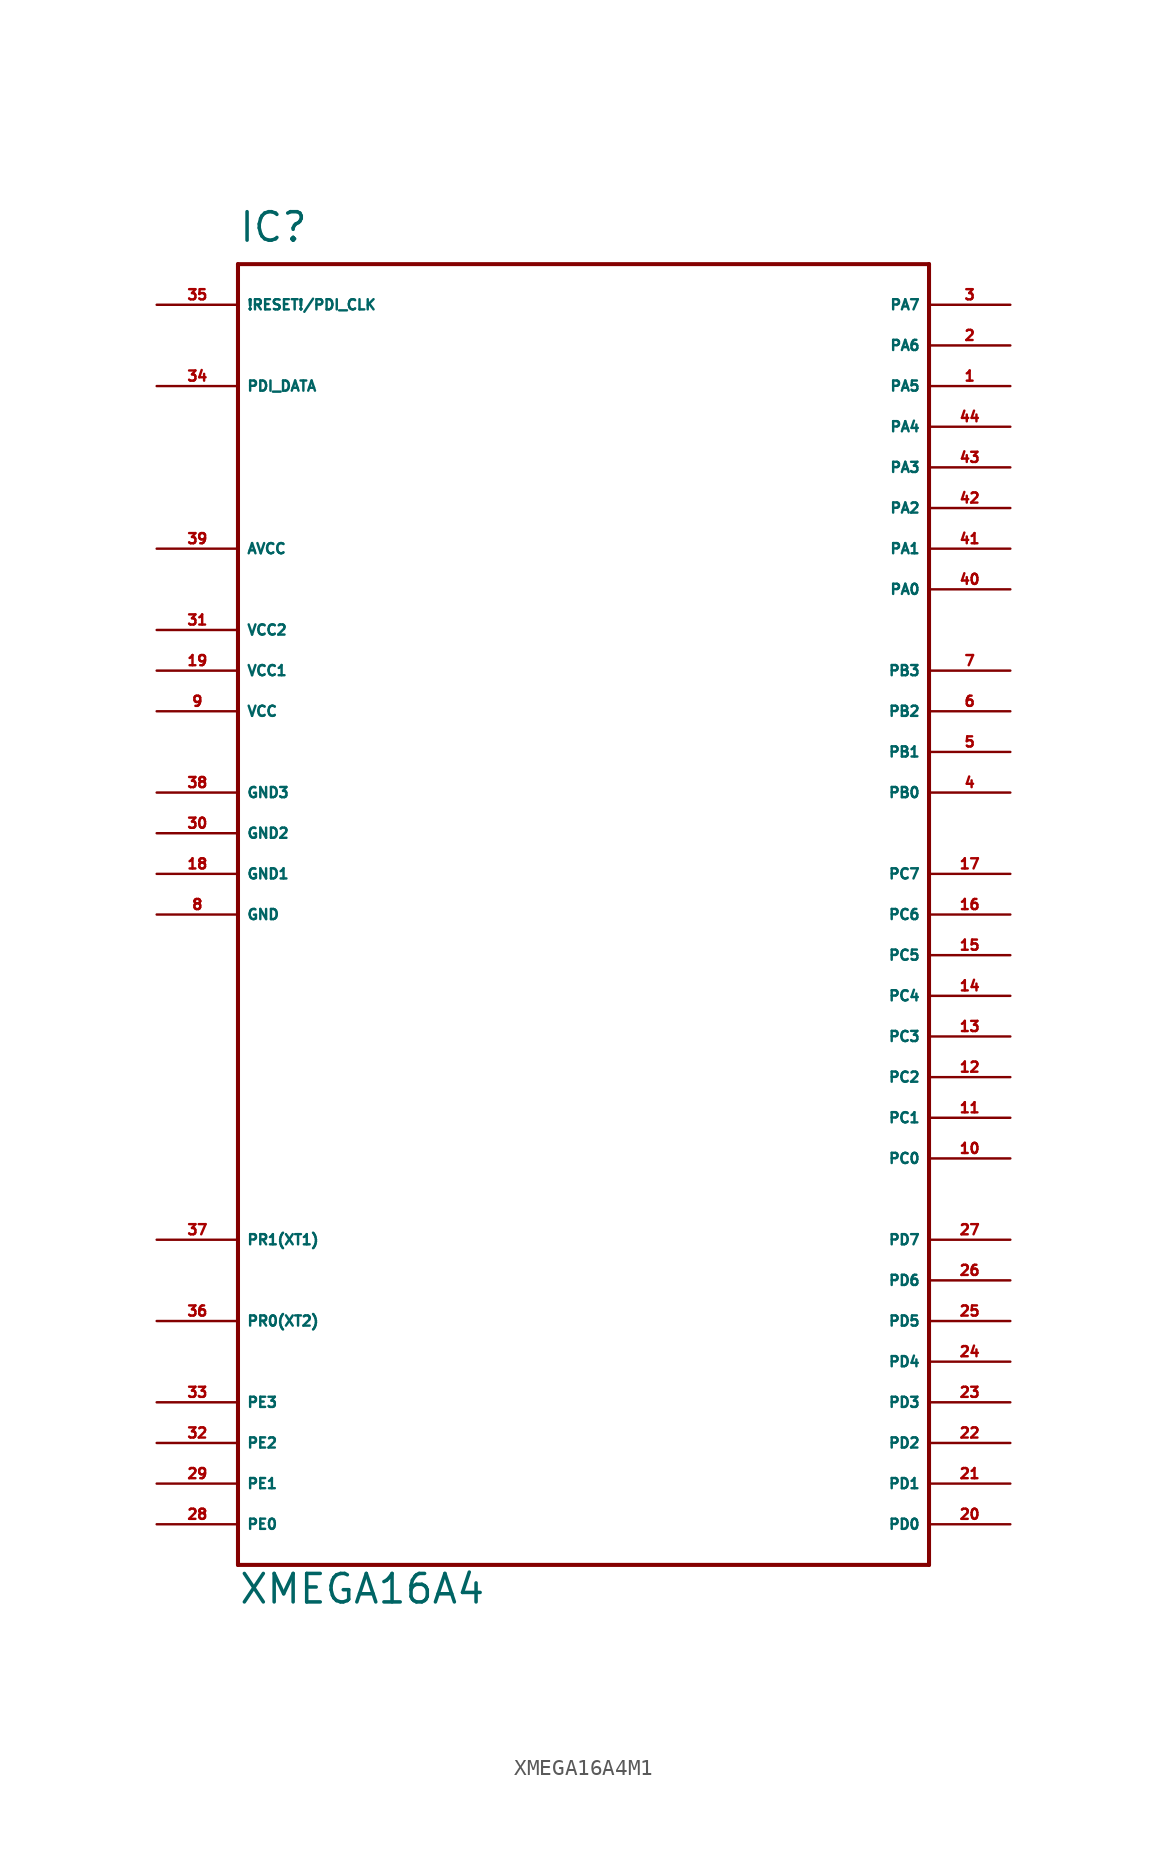
<source format=kicad_sym>
(kicad_symbol_lib
  (version 20220914)
  (generator Eagle2Kicad)
  (symbol "XMEGA16A4M1"
    (property "Reference" "IC"
      (at -20.32 41.91 0)
      (effects (font (size 1.778 1.778) (thickness 0.22)) (justify left bottom)))
    (property "Value" "XMEGA16A4"
      (at -20.32 -43.18 0)
      (effects (font (size 1.778 1.778) (thickness 0.22)) (justify left bottom)))
    (polyline
      (pts (xy -20.32 40.64) (xy 22.86 40.64))
      (stroke (width 0.254) (type default))
      (fill (type none)))
    (polyline
      (pts (xy 22.86 40.64) (xy 22.86 -40.64))
      (stroke (width 0.254) (type default))
      (fill (type none)))
    (polyline
      (pts (xy 22.86 -40.64) (xy -20.32 -40.64))
      (stroke (width 0.254) (type default))
      (fill (type none)))
    (polyline
      (pts (xy -20.32 -40.64) (xy -20.32 40.64))
      (stroke (width 0.254) (type default))
      (fill (type none)))
    (pin bidirectional line
      (at -25.4 -38.1 0)
      (length 5.08)
      (name "PE0" (effects (font (size 0.635 0.635) (thickness 0.08)) (justify left bottom)))
      (number "28" (effects (font (size 0.635 0.635) (thickness 0.08)) (justify left bottom))))
    (pin bidirectional line
      (at -25.4 -35.56 0)
      (length 5.08)
      (name "PE1" (effects (font (size 0.635 0.635) (thickness 0.08)) (justify left bottom)))
      (number "29" (effects (font (size 0.635 0.635) (thickness 0.08)) (justify left bottom))))
    (pin bidirectional line
      (at -25.4 -33.02 0)
      (length 5.08)
      (name "PE2" (effects (font (size 0.635 0.635) (thickness 0.08)) (justify left bottom)))
      (number "32" (effects (font (size 0.635 0.635) (thickness 0.08)) (justify left bottom))))
    (pin bidirectional line
      (at -25.4 -30.48 0)
      (length 5.08)
      (name "PE3" (effects (font (size 0.635 0.635) (thickness 0.08)) (justify left bottom)))
      (number "33" (effects (font (size 0.635 0.635) (thickness 0.08)) (justify left bottom))))
    (pin bidirectional line
      (at 27.94 -20.32 180)
      (length 5.08)
      (name "PD7" (effects (font (size 0.635 0.635) (thickness 0.08)) (justify left bottom)))
      (number "27" (effects (font (size 0.635 0.635) (thickness 0.08)) (justify left bottom))))
    (pin bidirectional line
      (at 27.94 -22.86 180)
      (length 5.08)
      (name "PD6" (effects (font (size 0.635 0.635) (thickness 0.08)) (justify left bottom)))
      (number "26" (effects (font (size 0.635 0.635) (thickness 0.08)) (justify left bottom))))
    (pin bidirectional line
      (at 27.94 -25.4 180)
      (length 5.08)
      (name "PD5" (effects (font (size 0.635 0.635) (thickness 0.08)) (justify left bottom)))
      (number "25" (effects (font (size 0.635 0.635) (thickness 0.08)) (justify left bottom))))
    (pin bidirectional line
      (at 27.94 -27.94 180)
      (length 5.08)
      (name "PD4" (effects (font (size 0.635 0.635) (thickness 0.08)) (justify left bottom)))
      (number "24" (effects (font (size 0.635 0.635) (thickness 0.08)) (justify left bottom))))
    (pin bidirectional line
      (at 27.94 -30.48 180)
      (length 5.08)
      (name "PD3" (effects (font (size 0.635 0.635) (thickness 0.08)) (justify left bottom)))
      (number "23" (effects (font (size 0.635 0.635) (thickness 0.08)) (justify left bottom))))
    (pin bidirectional line
      (at 27.94 -33.02 180)
      (length 5.08)
      (name "PD2" (effects (font (size 0.635 0.635) (thickness 0.08)) (justify left bottom)))
      (number "22" (effects (font (size 0.635 0.635) (thickness 0.08)) (justify left bottom))))
    (pin bidirectional line
      (at 27.94 -35.56 180)
      (length 5.08)
      (name "PD1" (effects (font (size 0.635 0.635) (thickness 0.08)) (justify left bottom)))
      (number "21" (effects (font (size 0.635 0.635) (thickness 0.08)) (justify left bottom))))
    (pin bidirectional line
      (at 27.94 -38.1 180)
      (length 5.08)
      (name "PD0" (effects (font (size 0.635 0.635) (thickness 0.08)) (justify left bottom)))
      (number "20" (effects (font (size 0.635 0.635) (thickness 0.08)) (justify left bottom))))
    (pin bidirectional line
      (at 27.94 2.54 180)
      (length 5.08)
      (name "PC7" (effects (font (size 0.635 0.635) (thickness 0.08)) (justify left bottom)))
      (number "17" (effects (font (size 0.635 0.635) (thickness 0.08)) (justify left bottom))))
    (pin bidirectional line
      (at 27.94 0 180)
      (length 5.08)
      (name "PC6" (effects (font (size 0.635 0.635) (thickness 0.08)) (justify left bottom)))
      (number "16" (effects (font (size 0.635 0.635) (thickness 0.08)) (justify left bottom))))
    (pin bidirectional line
      (at 27.94 -2.54 180)
      (length 5.08)
      (name "PC5" (effects (font (size 0.635 0.635) (thickness 0.08)) (justify left bottom)))
      (number "15" (effects (font (size 0.635 0.635) (thickness 0.08)) (justify left bottom))))
    (pin bidirectional line
      (at 27.94 -5.08 180)
      (length 5.08)
      (name "PC4" (effects (font (size 0.635 0.635) (thickness 0.08)) (justify left bottom)))
      (number "14" (effects (font (size 0.635 0.635) (thickness 0.08)) (justify left bottom))))
    (pin bidirectional line
      (at 27.94 -7.62 180)
      (length 5.08)
      (name "PC3" (effects (font (size 0.635 0.635) (thickness 0.08)) (justify left bottom)))
      (number "13" (effects (font (size 0.635 0.635) (thickness 0.08)) (justify left bottom))))
    (pin bidirectional line
      (at 27.94 -10.16 180)
      (length 5.08)
      (name "PC2" (effects (font (size 0.635 0.635) (thickness 0.08)) (justify left bottom)))
      (number "12" (effects (font (size 0.635 0.635) (thickness 0.08)) (justify left bottom))))
    (pin bidirectional line
      (at 27.94 -12.7 180)
      (length 5.08)
      (name "PC1" (effects (font (size 0.635 0.635) (thickness 0.08)) (justify left bottom)))
      (number "11" (effects (font (size 0.635 0.635) (thickness 0.08)) (justify left bottom))))
    (pin bidirectional line
      (at 27.94 -15.24 180)
      (length 5.08)
      (name "PC0" (effects (font (size 0.635 0.635) (thickness 0.08)) (justify left bottom)))
      (number "10" (effects (font (size 0.635 0.635) (thickness 0.08)) (justify left bottom))))
    (pin bidirectional line
      (at 27.94 15.24 180)
      (length 5.08)
      (name "PB3" (effects (font (size 0.635 0.635) (thickness 0.08)) (justify left bottom)))
      (number "7" (effects (font (size 0.635 0.635) (thickness 0.08)) (justify left bottom))))
    (pin bidirectional line
      (at 27.94 12.7 180)
      (length 5.08)
      (name "PB2" (effects (font (size 0.635 0.635) (thickness 0.08)) (justify left bottom)))
      (number "6" (effects (font (size 0.635 0.635) (thickness 0.08)) (justify left bottom))))
    (pin bidirectional line
      (at 27.94 10.16 180)
      (length 5.08)
      (name "PB1" (effects (font (size 0.635 0.635) (thickness 0.08)) (justify left bottom)))
      (number "5" (effects (font (size 0.635 0.635) (thickness 0.08)) (justify left bottom))))
    (pin bidirectional line
      (at 27.94 7.62 180)
      (length 5.08)
      (name "PB0" (effects (font (size 0.635 0.635) (thickness 0.08)) (justify left bottom)))
      (number "4" (effects (font (size 0.635 0.635) (thickness 0.08)) (justify left bottom))))
    (pin bidirectional line
      (at 27.94 35.56 180)
      (length 5.08)
      (name "PA6" (effects (font (size 0.635 0.635) (thickness 0.08)) (justify left bottom)))
      (number "2" (effects (font (size 0.635 0.635) (thickness 0.08)) (justify left bottom))))
    (pin bidirectional line
      (at 27.94 38.1 180)
      (length 5.08)
      (name "PA7" (effects (font (size 0.635 0.635) (thickness 0.08)) (justify left bottom)))
      (number "3" (effects (font (size 0.635 0.635) (thickness 0.08)) (justify left bottom))))
    (pin bidirectional line
      (at 27.94 33.02 180)
      (length 5.08)
      (name "PA5" (effects (font (size 0.635 0.635) (thickness 0.08)) (justify left bottom)))
      (number "1" (effects (font (size 0.635 0.635) (thickness 0.08)) (justify left bottom))))
    (pin bidirectional line
      (at 27.94 30.48 180)
      (length 5.08)
      (name "PA4" (effects (font (size 0.635 0.635) (thickness 0.08)) (justify left bottom)))
      (number "44" (effects (font (size 0.635 0.635) (thickness 0.08)) (justify left bottom))))
    (pin bidirectional line
      (at 27.94 27.94 180)
      (length 5.08)
      (name "PA3" (effects (font (size 0.635 0.635) (thickness 0.08)) (justify left bottom)))
      (number "43" (effects (font (size 0.635 0.635) (thickness 0.08)) (justify left bottom))))
    (pin bidirectional line
      (at 27.94 25.4 180)
      (length 5.08)
      (name "PA2" (effects (font (size 0.635 0.635) (thickness 0.08)) (justify left bottom)))
      (number "42" (effects (font (size 0.635 0.635) (thickness 0.08)) (justify left bottom))))
    (pin bidirectional line
      (at 27.94 22.86 180)
      (length 5.08)
      (name "PA1" (effects (font (size 0.635 0.635) (thickness 0.08)) (justify left bottom)))
      (number "41" (effects (font (size 0.635 0.635) (thickness 0.08)) (justify left bottom))))
    (pin bidirectional line
      (at 27.94 20.32 180)
      (length 5.08)
      (name "PA0" (effects (font (size 0.635 0.635) (thickness 0.08)) (justify left bottom)))
      (number "40" (effects (font (size 0.635 0.635) (thickness 0.08)) (justify left bottom))))
    (pin unspecified line
      (at -25.4 22.86 0)
      (length 5.08)
      (name "AVCC" (effects (font (size 0.635 0.635) (thickness 0.08)) (justify left bottom)))
      (number "39" (effects (font (size 0.635 0.635) (thickness 0.08)) (justify left bottom))))
    (pin unspecified line
      (at -25.4 7.62 0)
      (length 5.08)
      (name "GND3" (effects (font (size 0.635 0.635) (thickness 0.08)) (justify left bottom)))
      (number "38" (effects (font (size 0.635 0.635) (thickness 0.08)) (justify left bottom))))
    (pin unspecified line
      (at -25.4 17.78 0)
      (length 5.08)
      (name "VCC2" (effects (font (size 0.635 0.635) (thickness 0.08)) (justify left bottom)))
      (number "31" (effects (font (size 0.635 0.635) (thickness 0.08)) (justify left bottom))))
    (pin bidirectional line
      (at -25.4 -25.4 0)
      (length 5.08)
      (name "PR0(XT2)" (effects (font (size 0.635 0.635) (thickness 0.08)) (justify left bottom)))
      (number "36" (effects (font (size 0.635 0.635) (thickness 0.08)) (justify left bottom))))
    (pin bidirectional line
      (at -25.4 -20.32 0)
      (length 5.08)
      (name "PR1(XT1)" (effects (font (size 0.635 0.635) (thickness 0.08)) (justify left bottom)))
      (number "37" (effects (font (size 0.635 0.635) (thickness 0.08)) (justify left bottom))))
    (pin unspecified line
      (at -25.4 15.24 0)
      (length 5.08)
      (name "VCC1" (effects (font (size 0.635 0.635) (thickness 0.08)) (justify left bottom)))
      (number "19" (effects (font (size 0.635 0.635) (thickness 0.08)) (justify left bottom))))
    (pin unspecified line
      (at -25.4 12.7 0)
      (length 5.08)
      (name "VCC" (effects (font (size 0.635 0.635) (thickness 0.08)) (justify left bottom)))
      (number "9" (effects (font (size 0.635 0.635) (thickness 0.08)) (justify left bottom))))
    (pin unspecified line
      (at -25.4 2.54 0)
      (length 5.08)
      (name "GND1" (effects (font (size 0.635 0.635) (thickness 0.08)) (justify left bottom)))
      (number "18" (effects (font (size 0.635 0.635) (thickness 0.08)) (justify left bottom))))
    (pin unspecified line
      (at -25.4 0 0)
      (length 5.08)
      (name "GND" (effects (font (size 0.635 0.635) (thickness 0.08)) (justify left bottom)))
      (number "8" (effects (font (size 0.635 0.635) (thickness 0.08)) (justify left bottom))))
    (pin bidirectional line
      (at -25.4 33.02 0)
      (length 5.08)
      (name "PDI_DATA" (effects (font (size 0.635 0.635) (thickness 0.08)) (justify left bottom)))
      (number "34" (effects (font (size 0.635 0.635) (thickness 0.08)) (justify left bottom))))
    (pin unspecified line
      (at -25.4 5.08 0)
      (length 5.08)
      (name "GND2" (effects (font (size 0.635 0.635) (thickness 0.08)) (justify left bottom)))
      (number "30" (effects (font (size 0.635 0.635) (thickness 0.08)) (justify left bottom))))
    (pin bidirectional line
      (at -25.4 38.1 0)
      (length 5.08)
      (name "!RESET!/PDI_CLK" (effects (font (size 0.635 0.635) (thickness 0.08)) (justify left bottom)))
      (number "35" (effects (font (size 0.635 0.635) (thickness 0.08)) (justify left bottom))))))
</source>
